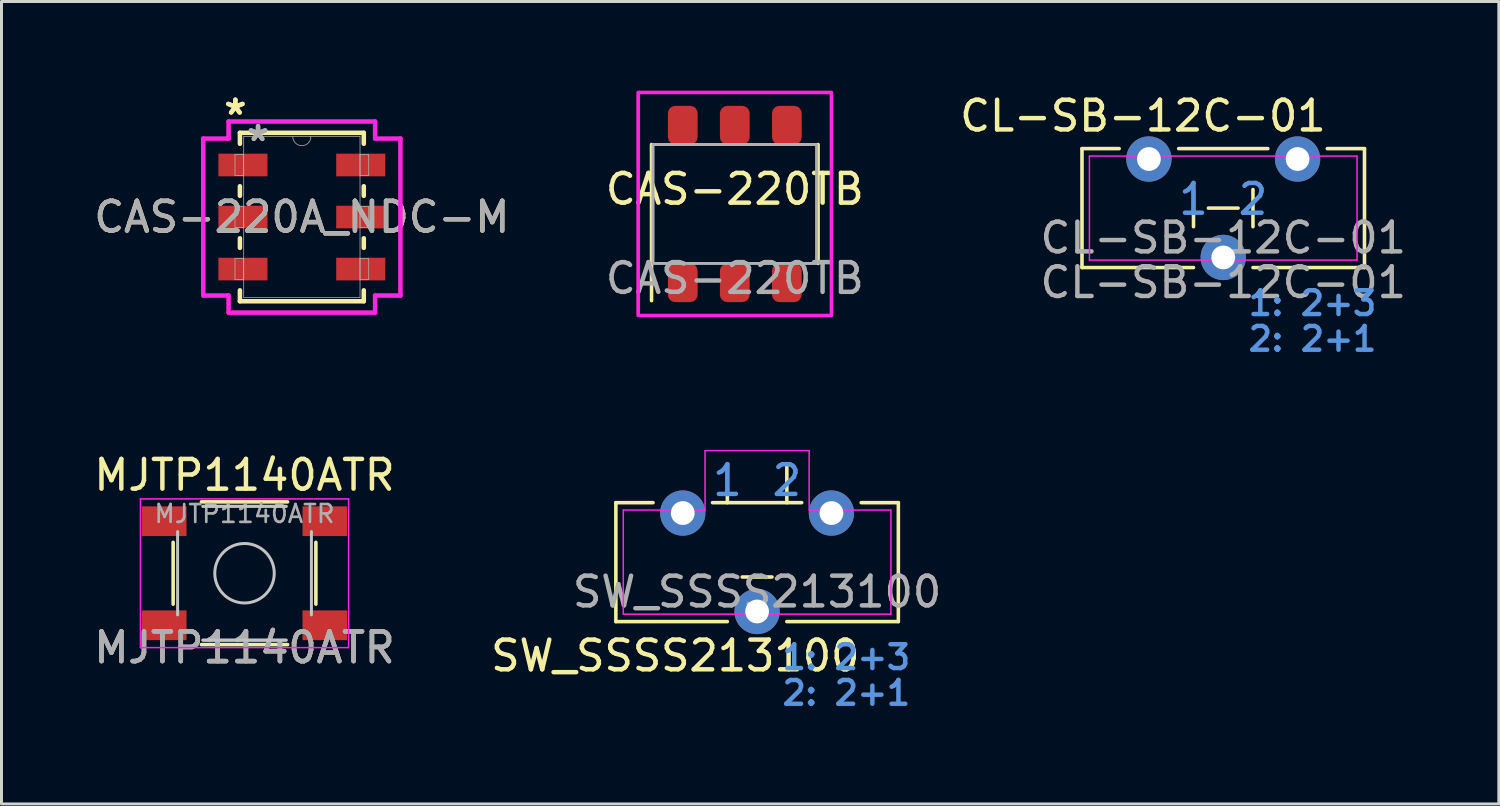
<source format=kicad_pcb>
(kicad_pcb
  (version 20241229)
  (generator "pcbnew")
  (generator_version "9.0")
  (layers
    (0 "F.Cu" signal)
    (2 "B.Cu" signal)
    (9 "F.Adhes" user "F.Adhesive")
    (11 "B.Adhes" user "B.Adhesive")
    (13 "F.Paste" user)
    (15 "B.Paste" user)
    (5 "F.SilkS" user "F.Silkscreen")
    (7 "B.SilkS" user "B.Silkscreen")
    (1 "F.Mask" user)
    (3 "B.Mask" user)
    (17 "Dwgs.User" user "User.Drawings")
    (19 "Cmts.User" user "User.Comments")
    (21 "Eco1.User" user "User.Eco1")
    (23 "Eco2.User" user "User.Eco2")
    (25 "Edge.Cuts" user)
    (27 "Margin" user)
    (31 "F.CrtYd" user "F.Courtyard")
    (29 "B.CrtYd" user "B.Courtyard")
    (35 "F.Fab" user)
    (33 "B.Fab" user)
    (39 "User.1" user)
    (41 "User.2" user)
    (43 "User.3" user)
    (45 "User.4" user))
  (footprint "CAS-220A_NDC-M"
    (layer "F.Cu")
    (at 7.101 4.249)
    (property "Reference" "CAS-220A_NDC-M" (at 0 0 0) (unlocked yes) (layer "F.SilkS") (effects (font (size 1 1) (thickness 0.15))))
    (attr smd)
    (fp_line (start -2.083 -2.832) (end -2.083 -2.464) (stroke (width 0.152) (type solid)) (layer "F.SilkS"))
    (fp_line (start -2.083 -1.036) (end -2.083 -0.714) (stroke (width 0.152) (type solid)) (layer "F.SilkS"))
    (fp_line (start -2.083 0.714) (end -2.083 1.036) (stroke (width 0.152) (type solid)) (layer "F.SilkS"))
    (fp_line (start -2.083 2.464) (end -2.083 2.832) (stroke (width 0.152) (type solid)) (layer "F.SilkS"))
    (fp_line (start -2.083 2.832) (end 2.083 2.832) (stroke (width 0.152) (type solid)) (layer "F.SilkS"))
    (fp_line (start 2.083 -2.832) (end -2.083 -2.832) (stroke (width 0.152) (type solid)) (layer "F.SilkS"))
    (fp_line (start 2.083 -2.464) (end 2.083 -2.832) (stroke (width 0.152) (type solid)) (layer "F.SilkS"))
    (fp_line (start 2.083 -0.714) (end 2.083 -1.036) (stroke (width 0.152) (type solid)) (layer "F.SilkS"))
    (fp_line (start 2.083 1.036) (end 2.083 0.714) (stroke (width 0.152) (type solid)) (layer "F.SilkS"))
    (fp_line (start 2.083 2.832) (end 2.083 2.464) (stroke (width 0.152) (type solid)) (layer "F.SilkS"))
    (fp_line (start -3.315 -2.639) (end -2.464 -2.639) (stroke (width 0.152) (type solid)) (layer "F.CrtYd"))
    (fp_line (start -3.315 2.639) (end -3.315 -2.639) (stroke (width 0.152) (type solid)) (layer "F.CrtYd"))
    (fp_line (start -3.315 2.639) (end -2.464 2.639) (stroke (width 0.152) (type solid)) (layer "F.CrtYd"))
    (fp_line (start -2.464 -3.213) (end 2.464 -3.213) (stroke (width 0.152) (type solid)) (layer "F.CrtYd"))
    (fp_line (start -2.464 -2.639) (end -2.464 -3.213) (stroke (width 0.152) (type solid)) (layer "F.CrtYd"))
    (fp_line (start -2.464 3.213) (end -2.464 2.639) (stroke (width 0.152) (type solid)) (layer "F.CrtYd"))
    (fp_line (start 2.464 -3.213) (end 2.464 -2.639) (stroke (width 0.152) (type solid)) (layer "F.CrtYd"))
    (fp_line (start 2.464 2.639) (end 2.464 3.213) (stroke (width 0.152) (type solid)) (layer "F.CrtYd"))
    (fp_line (start 2.464 3.213) (end -2.464 3.213) (stroke (width 0.152) (type solid)) (layer "F.CrtYd"))
    (fp_line (start 3.315 -2.639) (end 2.464 -2.639) (stroke (width 0.152) (type solid)) (layer "F.CrtYd"))
    (fp_line (start 3.315 -2.639) (end 3.315 2.639) (stroke (width 0.152) (type solid)) (layer "F.CrtYd"))
    (fp_line (start 3.315 2.639) (end 2.464 2.639) (stroke (width 0.152) (type solid)) (layer "F.CrtYd"))
    (fp_line (start -2.248 -2.106) (end -2.248 -1.394) (stroke (width 0.025) (type solid)) (layer "F.Fab"))
    (fp_line (start -2.248 -1.394) (end -1.956 -1.394) (stroke (width 0.025) (type solid)) (layer "F.Fab"))
    (fp_line (start -2.248 -0.356) (end -2.248 0.356) (stroke (width 0.025) (type solid)) (layer "F.Fab"))
    (fp_line (start -2.248 0.356) (end -1.956 0.356) (stroke (width 0.025) (type solid)) (layer "F.Fab"))
    (fp_line (start -2.248 1.394) (end -2.248 2.106) (stroke (width 0.025) (type solid)) (layer "F.Fab"))
    (fp_line (start -2.248 2.106) (end -1.956 2.106) (stroke (width 0.025) (type solid)) (layer "F.Fab"))
    (fp_line (start -1.956 -2.705) (end -1.956 2.705) (stroke (width 0.025) (type solid)) (layer "F.Fab"))
    (fp_line (start -1.956 -2.106) (end -2.248 -2.106) (stroke (width 0.025) (type solid)) (layer "F.Fab"))
    (fp_line (start -1.956 -1.394) (end -1.956 -2.106) (stroke (width 0.025) (type solid)) (layer "F.Fab"))
    (fp_line (start -1.956 -0.356) (end -2.248 -0.356) (stroke (width 0.025) (type solid)) (layer "F.Fab"))
    (fp_line (start -1.956 0.356) (end -1.956 -0.356) (stroke (width 0.025) (type solid)) (layer "F.Fab"))
    (fp_line (start -1.956 1.394) (end -2.248 1.394) (stroke (width 0.025) (type solid)) (layer "F.Fab"))
    (fp_line (start -1.956 2.106) (end -1.956 1.394) (stroke (width 0.025) (type solid)) (layer "F.Fab"))
    (fp_line (start -1.956 2.705) (end 1.956 2.705) (stroke (width 0.025) (type solid)) (layer "F.Fab"))
    (fp_line (start 1.956 -2.705) (end -1.956 -2.705) (stroke (width 0.025) (type solid)) (layer "F.Fab"))
    (fp_line (start 1.956 -2.106) (end 1.956 -1.394) (stroke (width 0.025) (type solid)) (layer "F.Fab"))
    (fp_line (start 1.956 -1.394) (end 2.248 -1.394) (stroke (width 0.025) (type solid)) (layer "F.Fab"))
    (fp_line (start 1.956 -0.356) (end 1.956 0.356) (stroke (width 0.025) (type solid)) (layer "F.Fab"))
    (fp_line (start 1.956 0.356) (end 2.248 0.356) (stroke (width 0.025) (type solid)) (layer "F.Fab"))
    (fp_line (start 1.956 1.394) (end 1.956 2.106) (stroke (width 0.025) (type solid)) (layer "F.Fab"))
    (fp_line (start 1.956 2.106) (end 2.248 2.106) (stroke (width 0.025) (type solid)) (layer "F.Fab"))
    (fp_line (start 1.956 2.705) (end 1.956 -2.705) (stroke (width 0.025) (type solid)) (layer "F.Fab"))
    (fp_line (start 2.248 -2.106) (end 1.956 -2.106) (stroke (width 0.025) (type solid)) (layer "F.Fab"))
    (fp_line (start 2.248 -1.394) (end 2.248 -2.106) (stroke (width 0.025) (type solid)) (layer "F.Fab"))
    (fp_line (start 2.248 -0.356) (end 1.956 -0.356) (stroke (width 0.025) (type solid)) (layer "F.Fab"))
    (fp_line (start 2.248 0.356) (end 2.248 -0.356) (stroke (width 0.025) (type solid)) (layer "F.Fab"))
    (fp_line (start 2.248 1.394) (end 1.956 1.394) (stroke (width 0.025) (type solid)) (layer "F.Fab"))
    (fp_line (start 2.248 2.106) (end 2.248 1.394) (stroke (width 0.025) (type solid)) (layer "F.Fab"))
    (fp_arc (start 0.3048 -2.7051) (mid 0 -2.4003) (end -0.3048 -2.7051) (stroke (width 0.0254) (type solid)) (layer "F.Fab"))
    (fp_text user "*" (at -2.235 -3.401 0) (layer "F.SilkS") (effects (font (size 1 1) (thickness 0.15))))
    (fp_text user "*" (at -2.235 -3.401 0) (unlocked yes) (layer "F.SilkS") (effects (font (size 1 1) (thickness 0.15))))
    (fp_text user "${REFERENCE}" (at 0 0 0) (unlocked yes) (layer "F.Fab") (effects (font (size 1 1) (thickness 0.15))))
    (fp_text user "*" (at -1.473 -2.512 0) (unlocked yes) (layer "F.Fab") (effects (font (size 1 1) (thickness 0.15))))
    (fp_text user "*" (at -1.473 -2.512 0) (layer "F.Fab") (effects (font (size 1 1) (thickness 0.15))))
    (pad "1" smd rect (at -1.981 -1.75) (size 1.651 0.762) (layers "F.Cu" "F.Mask" "F.Paste"))
    (pad "2" smd rect (at -1.981 0) (size 1.651 0.762) (layers "F.Cu" "F.Mask" "F.Paste"))
    (pad "3" smd rect (at -1.981 1.75) (size 1.651 0.762) (layers "F.Cu" "F.Mask" "F.Paste"))
    (pad "4" smd rect (at 1.981 -1.75) (size 1.651 0.762) (layers "F.Cu" "F.Mask" "F.Paste"))
    (pad "5" smd rect (at 1.981 0) (size 1.651 0.762) (layers "F.Cu" "F.Mask" "F.Paste"))
    (pad "6" smd rect (at 1.981 1.75) (size 1.651 0.762) (layers "F.Cu" "F.Mask" "F.Paste")))
  (footprint "SW_SSSS213100"
    (layer "F.Cu")
    (at 22.411 15.854)
    (property "Reference" "SW_SSSS213100" (at -2.75 3.15 0) (unlocked yes) (layer "F.SilkS") (effects (font (size 1 1) (thickness 0.15))))
    (attr through_hole)
    (fp_line (start -4.75 -2) (end -4.75 2) (stroke (width 0.12) (type solid)) (layer "F.SilkS"))
    (fp_line (start -4.75 -2) (end -3.5 -2) (stroke (width 0.12) (type solid)) (layer "F.SilkS"))
    (fp_line (start -4.75 2) (end -1 2) (stroke (width 0.12) (type solid)) (layer "F.SilkS"))
    (fp_line (start -1.5 -2) (end 1.5 -2) (stroke (width 0.12) (type solid)) (layer "F.SilkS"))
    (fp_line (start -1 -2) (end -1 -3.25) (stroke (width 0.12) (type solid)) (layer "F.SilkS"))
    (fp_line (start -0.5 0.5) (end 0.5 0.5) (stroke (width 0.12) (type solid)) (layer "F.SilkS"))
    (fp_line (start 1 -2) (end 1 -3.25) (stroke (width 0.12) (type solid)) (layer "F.SilkS"))
    (fp_line (start 1 2) (end 4.75 2) (stroke (width 0.12) (type solid)) (layer "F.SilkS"))
    (fp_line (start 4.75 -2) (end 3.5 -2) (stroke (width 0.12) (type solid)) (layer "F.SilkS"))
    (fp_line (start 4.75 2) (end 4.75 -2) (stroke (width 0.12) (type solid)) (layer "F.SilkS"))
    (fp_line (start -4.5 -1.75) (end -1.75 -1.75) (stroke (width 0.05) (type solid)) (layer "F.CrtYd"))
    (fp_line (start -4.5 1.75) (end -4.5 -1.75) (stroke (width 0.05) (type solid)) (layer "F.CrtYd"))
    (fp_line (start -1.75 -3.75) (end -1.75 -1.75) (stroke (width 0.05) (type solid)) (layer "F.CrtYd"))
    (fp_line (start -1.75 -3.75) (end 1.75 -3.75) (stroke (width 0.05) (type solid)) (layer "F.CrtYd"))
    (fp_line (start 1.75 -3.75) (end 1.75 -1.75) (stroke (width 0.05) (type solid)) (layer "F.CrtYd"))
    (fp_line (start 1.75 -1.75) (end 4.5 -1.75) (stroke (width 0.05) (type solid)) (layer "F.CrtYd"))
    (fp_line (start 4.5 -1.75) (end 4.5 1.75) (stroke (width 0.05) (type solid)) (layer "F.CrtYd"))
    (fp_line (start 4.5 1.75) (end -4.5 1.75) (stroke (width 0.05) (type solid)) (layer "F.CrtYd"))
    (fp_text user "2: 2+1" (at 3 4.4 0) (unlocked yes) (layer "Cmts.User") (effects (font (size 0.8 0.8) (thickness 0.15))))
    (fp_text user "1" (at -1 -2.75 0) (unlocked yes) (layer "Cmts.User") (effects (font (size 1 1) (thickness 0.15))))
    (fp_text user "1: 2+3" (at 3 3.2 0) (unlocked yes) (layer "Cmts.User") (effects (font (size 0.8 0.8) (thickness 0.15))))
    (fp_text user "2" (at 1 -2.75 0) (unlocked yes) (layer "Cmts.User") (effects (font (size 1 1) (thickness 0.15))))
    (fp_text user "${REFERENCE}" (at 0 1 0) (unlocked yes) (layer "F.Fab") (effects (font (size 1 1) (thickness 0.15))))
    (pad "1" thru_hole circle (at 2.5 -1.65) (size 1.524 1.524) (drill 0.8) (layers "*.Cu" "B.Mask"))
    (pad "2" thru_hole circle (at 0 1.66) (size 1.524 1.524) (drill 0.8) (layers "*.Cu" "B.Mask"))
    (pad "3" thru_hole circle (at -2.5 -1.65) (size 1.524 1.524) (drill 0.8) (layers "*.Cu" "B.Mask")))
  (footprint "MJTP1140ATR"
    (layer "F.Cu")
    (at 5.173 16.228)
    (property "Reference" "MJTP1140ATR" (at 0 -3.3 0) (unlocked yes) (layer "F.SilkS") (effects (font (size 1 1) (thickness 0.15))))
    (attr smd)
    (fp_line (start -2.4 1.04) (end -2.4 -1.04) (stroke (width 0.12) (type solid)) (layer "F.SilkS"))
    (fp_line (start -1.45 -2.4) (end 1.45 -2.4) (stroke (width 0.12) (type solid)) (layer "F.SilkS"))
    (fp_line (start -1.45 2.4) (end 1.45 2.4) (stroke (width 0.12) (type solid)) (layer "F.SilkS"))
    (fp_line (start 2.4 1.04) (end 2.4 -1.04) (stroke (width 0.12) (type solid)) (layer "F.SilkS"))
    (fp_line (start -2.25 1.4) (end -2.25 -1.4) (stroke (width 0.1) (type solid)) (layer "Dwgs.User"))
    (fp_line (start -1.4 -2.25) (end 1.4 -2.25) (stroke (width 0.1) (type solid)) (layer "Dwgs.User"))
    (fp_line (start 1.4 2.25) (end -1.4 2.25) (stroke (width 0.1) (type solid)) (layer "Dwgs.User"))
    (fp_line (start 2.25 -1.4) (end 2.25 1.4) (stroke (width 0.1) (type solid)) (layer "Dwgs.User"))
    (fp_circle (center 0 0) (end 1 0) (stroke (width 0.1) (type solid)) (fill no) (layer "Dwgs.User"))
    (fp_line (start -3.5 -2.5) (end -3.5 2.5) (stroke (width 0.05) (type solid)) (layer "F.CrtYd"))
    (fp_line (start -3.5 2.5) (end 3.5 2.5) (stroke (width 0.05) (type solid)) (layer "F.CrtYd"))
    (fp_line (start 3.5 -2.5) (end -3.5 -2.5) (stroke (width 0.05) (type solid)) (layer "F.CrtYd"))
    (fp_line (start 3.5 2.5) (end 3.5 -2.5) (stroke (width 0.05) (type solid)) (layer "F.CrtYd"))
    (fp_line (start -1.4 -2.25) (end 1.4 -2.25) (stroke (width 0.1) (type solid)) (layer "F.Fab"))
    (fp_line (start 1.4 2.25) (end -1.4 2.25) (stroke (width 0.1) (type solid)) (layer "F.Fab"))
    (fp_text user "${REFERENCE}" (at 0 -2 180) (layer "F.Fab") (effects (font (size 0.6 0.6) (thickness 0.09))))
    (fp_text user "${REFERENCE}" (at 0 2.5 0) (unlocked yes) (layer "F.Fab") (effects (font (size 1 1) (thickness 0.15))))
    (fp_text user "${REFERENCE}" (at 0 2.5 0) (unlocked yes) (layer "F.Fab") (effects (font (size 1 1) (thickness 0.15))))
    (fp_text user "${REFERENCE}" (at 0 2.5 0) (unlocked yes) (layer "F.Fab") (effects (font (size 1 1) (thickness 0.15))))
    (pad "1" smd rect (at -2.7 -1.75) (size 1.5 1) (layers "F.Cu" "F.Mask" "F.Paste"))
    (pad "1" smd rect (at 2.7 -1.75) (size 1.5 1) (layers "F.Cu" "F.Mask" "F.Paste"))
    (pad "2" smd rect (at -2.7 1.75) (size 1.5 1) (layers "F.Cu" "F.Mask" "F.Paste"))
    (pad "2" smd rect (at 2.7 1.75) (size 1.5 1) (layers "F.Cu" "F.Mask" "F.Paste")))
  (footprint "CL-SB-12C-01"
    (layer "F.Cu")
    (at 38.087 3.948)
    (property "Reference" "CL-SB-12C-01" (at -2.7 -3.1 0) (unlocked yes) (layer "F.SilkS") (effects (font (size 1 1) (thickness 0.15))))
    (attr through_hole)
    (fp_line (start -4.75 -2) (end -4.75 2) (stroke (width 0.12) (type solid)) (layer "F.SilkS"))
    (fp_line (start -4.75 -2) (end -3.5 -2) (stroke (width 0.12) (type solid)) (layer "F.SilkS"))
    (fp_line (start -4.75 2) (end -1 2) (stroke (width 0.12) (type solid)) (layer "F.SilkS"))
    (fp_line (start -1.5 -2) (end 1.5 -2) (stroke (width 0.12) (type solid)) (layer "F.SilkS"))
    (fp_line (start -1 0.625) (end -1 -0.625) (stroke (width 0.12) (type solid)) (layer "F.SilkS"))
    (fp_line (start -0.5 0) (end 0.5 0) (stroke (width 0.12) (type solid)) (layer "F.SilkS"))
    (fp_line (start 1 0.625) (end 1 -0.625) (stroke (width 0.12) (type solid)) (layer "F.SilkS"))
    (fp_line (start 1 2) (end 4.75 2) (stroke (width 0.12) (type solid)) (layer "F.SilkS"))
    (fp_line (start 4.75 -2) (end 3.5 -2) (stroke (width 0.12) (type solid)) (layer "F.SilkS"))
    (fp_line (start 4.75 2) (end 4.75 -2) (stroke (width 0.12) (type solid)) (layer "F.SilkS"))
    (fp_line (start -4.5 -1.75) (end -1.75 -1.75) (stroke (width 0.05) (type solid)) (layer "F.CrtYd"))
    (fp_line (start -4.5 1.75) (end -4.5 -1.75) (stroke (width 0.05) (type solid)) (layer "F.CrtYd"))
    (fp_line (start -1.75 -1.75) (end 4.5 -1.75) (stroke (width 0.05) (type solid)) (layer "F.CrtYd"))
    (fp_line (start 4.5 -1.75) (end 4.5 1.75) (stroke (width 0.05) (type solid)) (layer "F.CrtYd"))
    (fp_line (start 4.5 1.75) (end -4.5 1.75) (stroke (width 0.05) (type solid)) (layer "F.CrtYd"))
    (fp_text user "1" (at -1 -0.3 0) (unlocked yes) (layer "Cmts.User") (effects (font (size 1 1) (thickness 0.15))))
    (fp_text user "2: 2+1" (at 3 4.4 0) (unlocked yes) (layer "Cmts.User") (effects (font (size 0.8 0.8) (thickness 0.15))))
    (fp_text user "1: 2+3" (at 3 3.2 0) (unlocked yes) (layer "Cmts.User") (effects (font (size 0.8 0.8) (thickness 0.15))))
    (fp_text user "2" (at 1 -0.3 0) (unlocked yes) (layer "Cmts.User") (effects (font (size 1 1) (thickness 0.15))))
    (fp_text user "${REFERENCE}" (at 0 1 0) (unlocked yes) (layer "F.Fab") (effects (font (size 1 1) (thickness 0.15))))
    (fp_text user "${REFERENCE}" (at 0 2.5 0) (unlocked yes) (layer "F.Fab") (effects (font (size 1 1) (thickness 0.15))))
    (pad "1" thru_hole circle (at 2.5 -1.65) (size 1.524 1.524) (drill 0.8) (layers "*.Cu" "*.Mask"))
    (pad "2" thru_hole circle (at 0 1.66) (size 1.524 1.524) (drill 0.8) (layers "*.Cu" "*.Mask"))
    (pad "3" thru_hole circle (at -2.5 -1.65) (size 1.524 1.524) (drill 0.8) (layers "*.Cu" "*.Mask")))
  (footprint "CAS-220TB"
    (layer "F.Cu")
    (at 21.661 3.81)
    (property "Reference" "CAS-220TB" (at 0 -0.5 0) (unlocked yes) (layer "F.SilkS") (effects (font (size 1 1) (thickness 0.15))))
    (attr smd)
    (fp_line (start -2.8 2) (end -2.8 -2) (stroke (width 0.12) (type solid)) (layer "F.SilkS"))
    (fp_line (start -2.8 2) (end -2.8 3.25) (stroke (width 0.12) (type solid)) (layer "F.SilkS"))
    (fp_line (start 2.8 2) (end 2.8 -2) (stroke (width 0.12) (type solid)) (layer "F.SilkS"))
    (fp_rect (start -3.25 -3.75) (end 3.25 3.75) (stroke (width 0.12) (type solid)) (fill no) (layer "F.CrtYd"))
    (fp_rect (start -2.75 -2) (end 2.75 2) (stroke (width 0.1) (type solid)) (fill no) (layer "F.Fab"))
    (fp_text user "${REFERENCE}" (at 0 2.5 0) (unlocked yes) (layer "F.Fab") (effects (font (size 1 1) (thickness 0.15))))
    (pad "1" smd roundrect (at -1.75 2.65) (size 1 1.3) (layers "F.Cu" "F.Mask" "F.Paste") (roundrect_rratio 0.25))
    (pad "2" smd roundrect (at 0 2.65) (size 1 1.3) (layers "F.Cu" "F.Mask" "F.Paste") (roundrect_rratio 0.25))
    (pad "3" smd roundrect (at 1.75 2.65) (size 1 1.3) (layers "F.Cu" "F.Mask" "F.Paste") (roundrect_rratio 0.25))
    (pad "4" smd roundrect (at -1.75 -2.65) (size 1 1.3) (layers "F.Cu" "F.Mask" "F.Paste") (roundrect_rratio 0.25))
    (pad "5" smd roundrect (at 0 -2.65) (size 1 1.3) (layers "F.Cu" "F.Mask" "F.Paste") (roundrect_rratio 0.25))
    (pad "6" smd roundrect (at 1.75 -2.65) (size 1 1.3) (layers "F.Cu" "F.Mask" "F.Paste") (roundrect_rratio 0.25)))
  (gr_rect
    (start -3 -3)
    (end 47.355 23.986)
    (stroke (width 0.1) (type default))
    (fill no)
    (layer "Edge.Cuts")))
</source>
